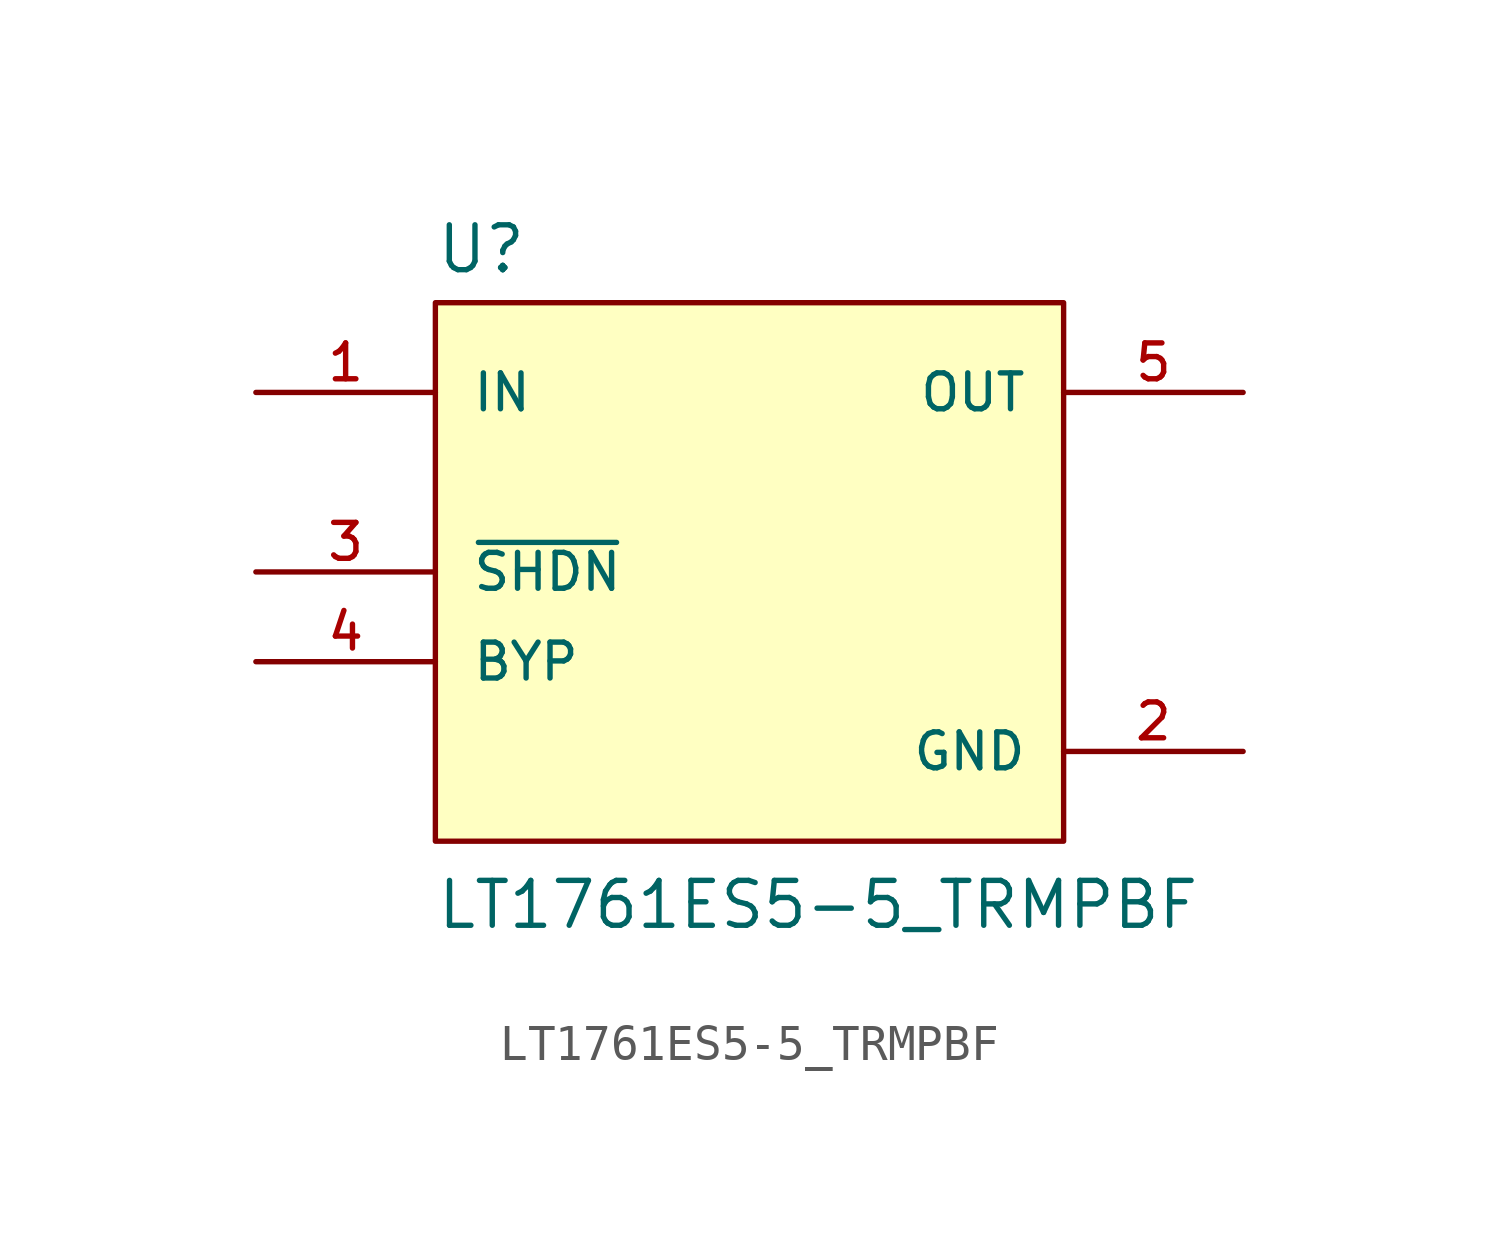
<source format=kicad_sym>
(kicad_symbol_lib
  (version 20211014)
  (generator kicad_symbol_editor)
  (symbol "LT1761ES5-5_TRMPBF"
    (pin_names
      (offset 1.016))
    (property "Reference" "U"
      (at -7.628 8.391 0)
      (effects (font (size 1.27 1.27)) (justify bottom left)))
    (property "Value" "LT1761ES5-5_TRMPBF"
      (at -7.622 -10.163 0)
      (effects (font (size 1.27 1.27)) (justify bottom left)))
    (symbol "LT1761ES5-5_TRMPBF_0_0"
      (rectangle (start -7.62 -7.62) (end 10.16 7.62) (stroke (width 0.152)) (fill (type background)))
      (pin input line (at -12.7 5.08 0) (length 5.08) (name "IN" (effects (font (size 1.016 1.016)))) (number "1" (effects (font (size 1.016 1.016)))))
      (pin power_in line (at 15.24 -5.08 180.0) (length 5.08) (name "GND" (effects (font (size 1.016 1.016)))) (number "2" (effects (font (size 1.016 1.016)))))
      (pin passive line (at -12.7 0.0 0) (length 5.08) (name "~{SHDN}" (effects (font (size 1.016 1.016)))) (number "3" (effects (font (size 1.016 1.016)))))
      (pin passive line (at -12.7 -2.54 0) (length 5.08) (name "BYP" (effects (font (size 1.016 1.016)))) (number "4" (effects (font (size 1.016 1.016)))))
      (pin output line (at 15.24 5.08 180.0) (length 5.08) (name "OUT" (effects (font (size 1.016 1.016)))) (number "5" (effects (font (size 1.016 1.016))))))))
</source>
